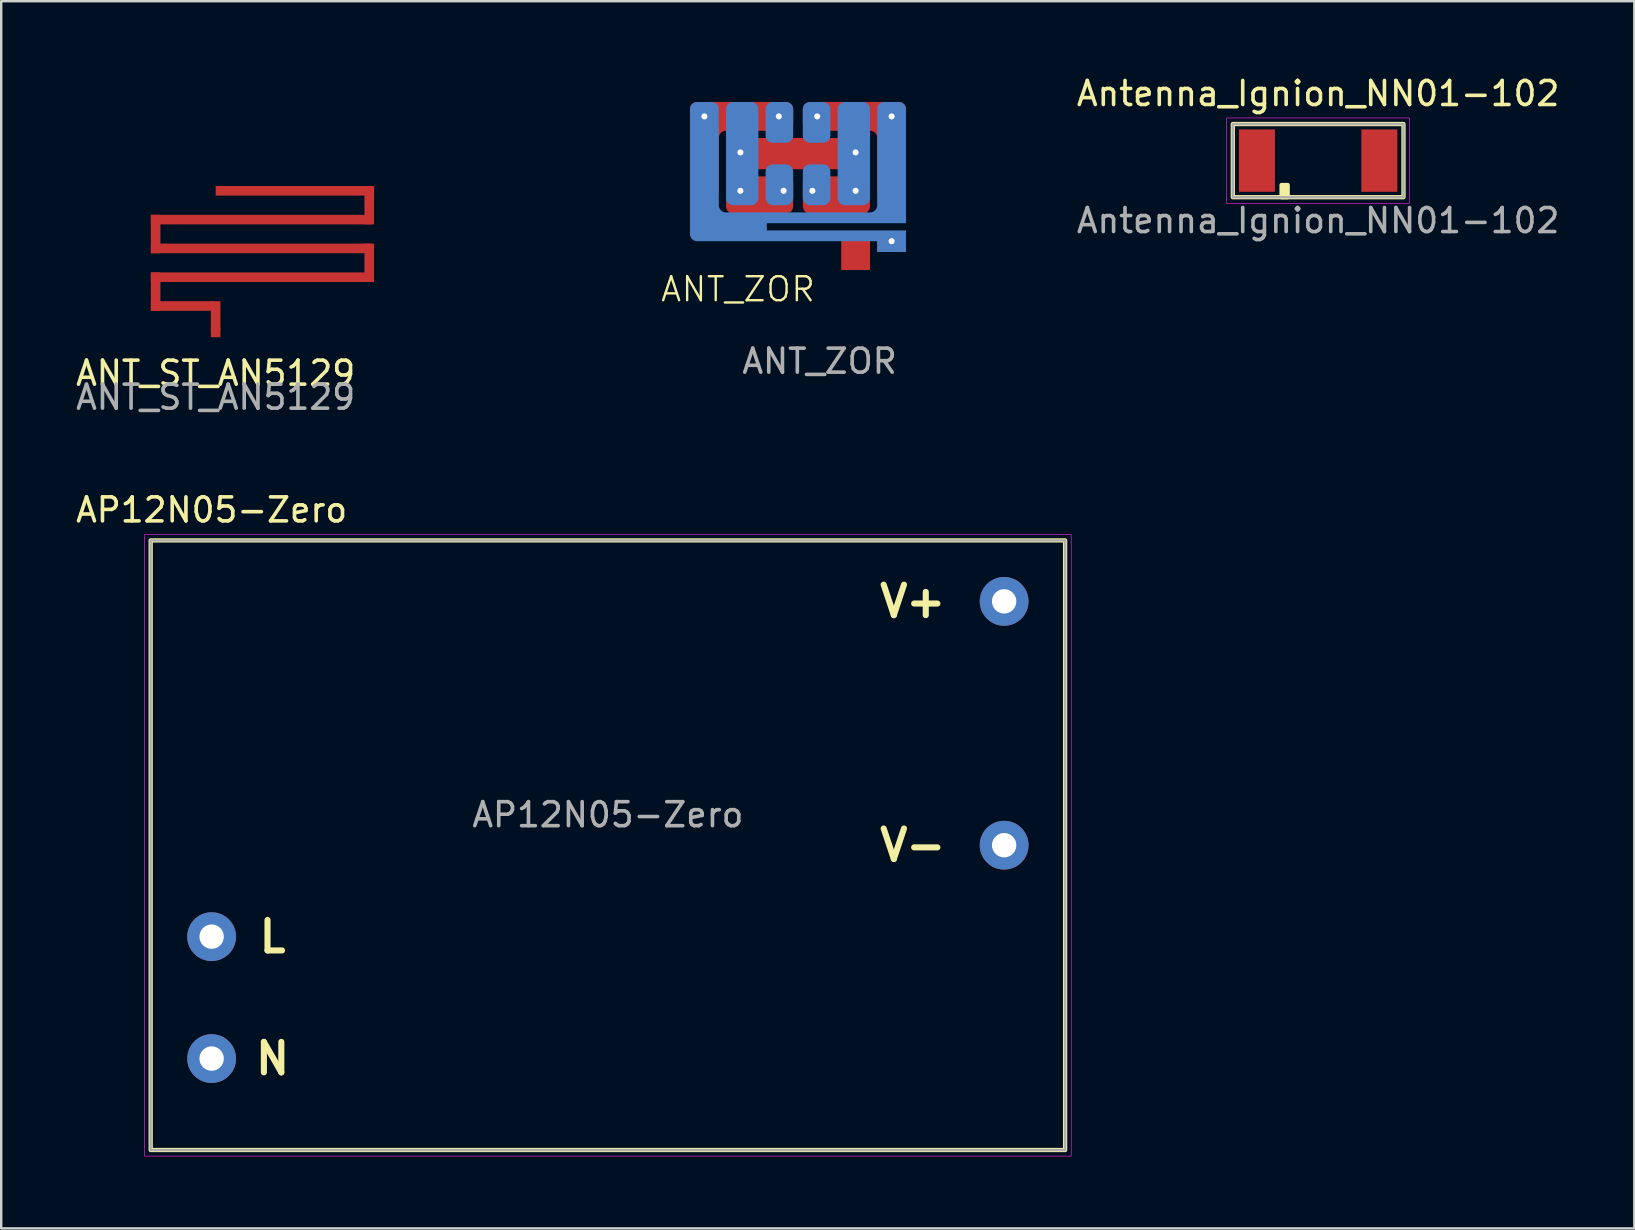
<source format=kicad_pcb>
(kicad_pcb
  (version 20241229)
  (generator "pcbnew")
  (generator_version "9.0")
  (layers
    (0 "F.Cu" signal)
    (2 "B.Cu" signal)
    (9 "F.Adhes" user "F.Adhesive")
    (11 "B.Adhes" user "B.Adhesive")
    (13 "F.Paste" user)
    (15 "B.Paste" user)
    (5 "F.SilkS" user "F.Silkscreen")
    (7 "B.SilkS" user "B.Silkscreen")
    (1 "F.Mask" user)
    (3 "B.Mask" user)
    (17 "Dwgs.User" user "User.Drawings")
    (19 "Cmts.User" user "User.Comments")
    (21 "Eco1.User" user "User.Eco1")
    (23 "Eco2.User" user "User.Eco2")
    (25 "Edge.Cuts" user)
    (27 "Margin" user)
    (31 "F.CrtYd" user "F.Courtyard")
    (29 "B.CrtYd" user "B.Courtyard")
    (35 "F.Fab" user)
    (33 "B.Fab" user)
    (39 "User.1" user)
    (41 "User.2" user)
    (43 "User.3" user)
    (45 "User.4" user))
  (footprint "Antenna_Ignion_NN01-102"
    (layer "F.Cu")
    (at 51.871 3.642)
    (property "Reference" "Antenna_Ignion_NN01-102" (at 0 -2.794 0) (unlocked yes) (layer "F.SilkS") (effects (font (size 1 1) (thickness 0.15))))
    (attr smd)
    (fp_rect (start -3.556 -1.524) (end 3.556 1.524) (stroke (width 0.178) (type solid)) (fill no) (layer "F.SilkS"))
    (fp_rect (start -1.524 1.016) (end -1.27 1.524) (stroke (width 0.178) (type solid)) (fill yes) (layer "F.SilkS"))
    (fp_rect (start -3.81 -1.778) (end 3.81 1.778) (stroke (width 0.025) (type solid)) (fill no) (layer "F.CrtYd"))
    (fp_rect (start -3.556 -1.524) (end 3.556 1.524) (stroke (width 0.1) (type solid)) (fill no) (layer "F.Fab"))
    (fp_text user "${REFERENCE}" (at 0 2.5 0) (unlocked yes) (layer "F.Fab") (effects (font (size 1 1) (thickness 0.15))))
    (pad "1" smd rect (at -2.55 0) (size 1.5 2.6) (layers "F.Cu" "F.Mask" "F.Paste"))
    (pad "2" smd rect (at 2.55 0) (size 1.5 2.6) (layers "F.Cu" "F.Mask" "F.Paste")))
  (footprint "ANT_ST_AN5129"
    (layer "F.Cu")
    (at 5.935 11)
    (property "Reference" "ANT_ST_AN5129" (at 0 1.5 0) (unlocked yes) (layer "F.SilkS") (effects (font (size 1 1) (thickness 0.15))))
    (attr smd)
    (fp_text user "${REFERENCE}" (at 0 2.5 0) (unlocked yes) (layer "F.Fab") (effects (font (size 1 1) (thickness 0.15))))
    (pad "1" smd rect (at -2.5 -4.3) (size 0.4 1.6) (layers "F.Cu"))
    (pad "1" smd rect (at -2.5 -1.9) (size 0.4 1.6) (layers "F.Cu"))
    (pad "1" smd rect (at -1.4 -1.3 90) (size 0.4 2.6) (layers "F.Cu"))
    (pad "1" smd rect (at 0 -0.9) (size 0.4 1.2) (layers "F.Cu"))
    (pad "1" smd rect (at 0 -0.2) (size 0.4 0.4) (layers "F.Cu"))
    (pad "1" smd rect (at 1.9 -4.9 90) (size 0.4 9.2) (layers "F.Cu"))
    (pad "1" smd rect (at 1.9 -3.7 90) (size 0.4 9.2) (layers "F.Cu"))
    (pad "1" smd rect (at 1.9 -2.5 90) (size 0.4 9.2) (layers "F.Cu"))
    (pad "1" smd rect (at 3.3 -6.1 90) (size 0.4 6.6) (layers "F.Cu"))
    (pad "1" smd rect (at 6.4 -5.5) (size 0.4 1.6) (layers "F.Cu"))
    (pad "1" smd rect (at 6.4 -3.1) (size 0.4 1.6) (layers "F.Cu"))
    (zone (net_name "") (layer "F.Cu") (hatch edge 0.508) (connect_pads) (min_thickness 0.254) (filled_areas_thickness no) (keepout (tracks allowed) (vias allowed) (pads allowed) (copperpour not_allowed) (footprints not_allowed)) (placement (enabled no)) (fill) (polygon (pts (xy 21.435 11) (xy 2.435 11) (xy 2.435 0) (xy 21.435 0)))))
  (footprint "AP12N05-Zero"
    (layer "F.Cu")
    (at 5.768 41.056)
    (property "Reference" "AP12N05-Zero" (at 0 -22.86 0) (unlocked yes) (layer "F.SilkS") (effects (font (size 1 1) (thickness 0.15))))
    (attr through_hole)
    (fp_rect (start -2.54 -21.59) (end 35.56 3.81) (stroke (width 0.178) (type solid)) (fill no) (layer "F.SilkS"))
    (fp_rect (start -2.794 -21.844) (end 35.814 4.064) (stroke (width 0.025) (type solid)) (fill no) (layer "F.CrtYd"))
    (fp_rect (start -2.54 -21.59) (end 35.56 3.81) (stroke (width 0.1) (type solid)) (fill no) (layer "F.Fab"))
    (fp_text user "V-" (at 29.21 -8.89 0) (unlocked yes) (layer "F.SilkS") (effects (font (size 1.27 1.27) (thickness 0.254))))
    (fp_text user "N" (at 2.54 0 0) (unlocked yes) (layer "F.SilkS") (effects (font (size 1.27 1.27) (thickness 0.254))))
    (fp_text user "V+" (at 29.21 -19.05 0) (unlocked yes) (layer "F.SilkS") (effects (font (size 1.27 1.27) (thickness 0.254))))
    (fp_text user "L" (at 2.54 -5.08 0) (unlocked yes) (layer "F.SilkS") (effects (font (size 1.27 1.27) (thickness 0.254))))
    (fp_text user "${REFERENCE}" (at 16.51 -10.16 0) (unlocked yes) (layer "F.Fab") (effects (font (size 1 1) (thickness 0.15))))
    (pad "1" thru_hole circle (at 0 0) (size 2.032 2.032) (drill 1.016) (layers "*.Cu" "*.Mask"))
    (pad "2" thru_hole circle (at 0 -5.08) (size 2.032 2.032) (drill 1.016) (layers "*.Cu" "*.Mask"))
    (pad "3" thru_hole circle (at 33.02 -19.05) (size 2.032 2.032) (drill 1.016) (layers "*.Cu" "*.Mask"))
    (pad "4" thru_hole circle (at 33.02 -8.89) (size 2.032 2.032) (drill 1.016) (layers "*.Cu" "*.Mask")))
  (footprint "ANT_ZOR"
    (layer "F.Cu")
    (at 25.699 7)
    (property "Reference" "ANT_ZOR" (at 2 2 0) (unlocked yes) (layer "F.SilkS") (effects (font (size 1 1) (thickness 0.1))))
    (attr smd)
    (fp_poly (pts (arc (start 0.3 -1.8) (mid 0.087868 -1.887868) (end 0 -2.1)) (arc (start 0 -5.5) (mid 0.087868 -5.712132) (end 0.3 -5.8)) (arc (start 4 -5.8) (mid 4.212132 -5.712132) (end 4.3 -5.5)) (arc (start 4.3 -4.9) (mid 4.212132 -4.687868) (end 4 -4.6)) (arc (start 1.5 -4.6) (mid 1.287868 -4.512132) (end 1.2 -4.3)) (arc (start 1.2 -2.1) (mid 1.112132 -1.887868) (end 0.9 -1.8))) (stroke (width 0.0001) (type solid)) (fill yes) (layer "F.Cu"))
    (fp_poly (pts (arc (start 9 -2.1) (mid 8.912132 -1.887868) (end 8.7 -1.8)) (arc (start 8.1 -1.8) (mid 7.887868 -1.887868) (end 7.8 -2.1)) (arc (start 7.8 -4.3) (mid 7.712132 -4.512132) (end 7.5 -4.6)) (arc (start 5 -4.6) (mid 4.787868 -4.687868) (end 4.7 -4.9)) (arc (start 4.7 -5.5) (mid 4.787868 -5.712132) (end 5 -5.8)) (arc (start 8.7 -5.8) (mid 8.912132 -5.712132) (end 9 -5.5))) (stroke (width 0.0001) (type solid)) (fill yes) (layer "F.Cu"))
    (fp_poly (pts (arc (start 8.1 -5.8) (mid 7.887868 -5.712132) (end 7.8 -5.5)) (arc (start 7.8 -1.5) (mid 7.712132 -1.287868) (end 7.5 -1.2)) (arc (start 1.5 -1.2) (mid 1.287868 -1.287868) (end 1.2 -1.5)) (arc (start 1.2 -5.5) (mid 1.112132 -5.712132) (end 0.9 -5.8)) (arc (start 0.3 -5.8) (mid 0.087868 -5.712132) (end 0 -5.5)) (arc (start 0 -0.3) (mid 0.087868 -0.087868) (end 0.3 0)) (xy 7.8 0) (xy 7.8 0.45) (xy 9 0.45) (xy 9 -0.45) (xy 3.2 -0.45) (xy 3.2 -0.75) (xy 9 -0.75) (arc (start 9 -5.5) (mid 8.912132 -5.712132) (end 8.7 -5.8))) (stroke (width 0.0001) (type solid)) (fill yes) (layer "B.Cu"))
    (fp_text user "${REFERENCE}" (at 5.4 5 0) (unlocked yes) (layer "F.Fab") (effects (font (size 1 1) (thickness 0.15))))
    (pad "1" thru_hole circle (at 0.6 -5.2) (size 0.508 0.508) (drill 0.254) (layers "*.Cu" "*.Mask"))
    (pad "1" thru_hole circle (at 2.1 -3.7) (size 0.508 0.508) (drill 0.254) (layers "*.Cu" "*.Mask"))
    (pad "1" thru_hole circle (at 2.1 -2.1) (size 0.508 0.508) (drill 0.254) (layers "*.Cu" "*.Mask"))
    (pad "1" smd roundrect (at 2.175 -3.65) (size 1.35 4.3) (layers "B.Cu") (roundrect_rratio 0.222))
    (pad "1" smd roundrect (at 2.9 -1.925) (size 2.8 1.55) (layers "F.Cu") (roundrect_rratio 0.194))
    (pad "1" thru_hole circle (at 3.7 -5.2) (size 0.508 0.508) (drill 0.254) (layers "*.Cu" "*.Mask"))
    (pad "1" smd roundrect (at 3.725 -4.95) (size 1.15 1.7) (layers "B.Cu") (roundrect_rratio 0.261))
    (pad "1" smd roundrect (at 3.725 -2.35) (size 1.15 1.7) (layers "B.Cu") (roundrect_rratio 0.261))
    (pad "1" thru_hole circle (at 3.9 -2.1) (size 0.508 0.508) (drill 0.254) (layers "*.Cu" "*.Mask"))
    (pad "1" smd roundrect (at 4.5 -3.65) (size 6 1.3) (layers "F.Cu") (roundrect_rratio 0.231))
    (pad "1" thru_hole circle (at 5.1 -2.1) (size 0.508 0.508) (drill 0.254) (layers "*.Cu" "*.Mask"))
    (pad "1" smd roundrect (at 5.275 -4.95) (size 1.15 1.7) (layers "B.Cu") (roundrect_rratio 0.261))
    (pad "1" smd roundrect (at 5.275 -2.35) (size 1.15 1.7) (layers "B.Cu") (roundrect_rratio 0.261))
    (pad "1" thru_hole circle (at 5.3 -5.2) (size 0.508 0.508) (drill 0.254) (layers "*.Cu" "*.Mask"))
    (pad "1" smd roundrect (at 6.1 -1.925) (size 2.8 1.55) (layers "F.Cu") (roundrect_rratio 0.194))
    (pad "1" smd roundrect (at 6.825 -3.65) (size 1.35 4.3) (layers "B.Cu") (roundrect_rratio 0.222))
    (pad "1" thru_hole circle (at 6.9 -3.7) (size 0.508 0.508) (drill 0.254) (layers "*.Cu" "*.Mask"))
    (pad "1" thru_hole circle (at 6.9 -2.1) (size 0.508 0.508) (drill 0.254) (layers "*.Cu" "*.Mask"))
    (pad "1" smd custom (at 6.9 0.7) (size 1 1) (layers "F.Cu") (options (anchor rect)) (primitives (gr_poly (pts (xy -0.6 0.5) (xy 0.6 0.5) (xy 0.6 -1.1) (xy -0.6 -1.1)) (width 0.0001) (fill yes)) (gr_poly (pts (xy 0.6 -0.75) (xy 0.9 -0.75) (xy 0.9 -1.1) (xy 0.6 -1.1)) (width 0.0001) (fill yes)) (gr_poly (pts (xy 0.9 -0.25) (xy 2.1 -0.25) (xy 2.1 -1.1) (xy 0.9 -1.1)) (width 0.0001) (fill yes))))
    (pad "1" thru_hole circle (at 8.4 -5.2) (size 0.508 0.508) (drill 0.254) (layers "*.Cu" "*.Mask"))
    (pad "1" thru_hole circle (at 8.4 0) (size 0.508 0.508) (drill 0.254) (layers "*.Cu" "*.Mask"))
    (zone (net_name "") (layers "F.Cu" "B.Cu") (hatch edge 0.5) (connect_pads) (min_thickness 0.25) (filled_areas_thickness no) (keepout (tracks allowed) (vias allowed) (pads allowed) (copperpour not_allowed) (footprints allowed)) (placement (enabled no)) (fill) (polygon (pts (xy 38.699 0) (xy 38.699 8) (xy 24.699 8) (xy 24.699 0)))))
  (gr_rect
    (start -3 -3)
    (end 65.044 48.133)
    (stroke (width 0.1) (type default))
    (fill no)
    (layer "Edge.Cuts")))
</source>
